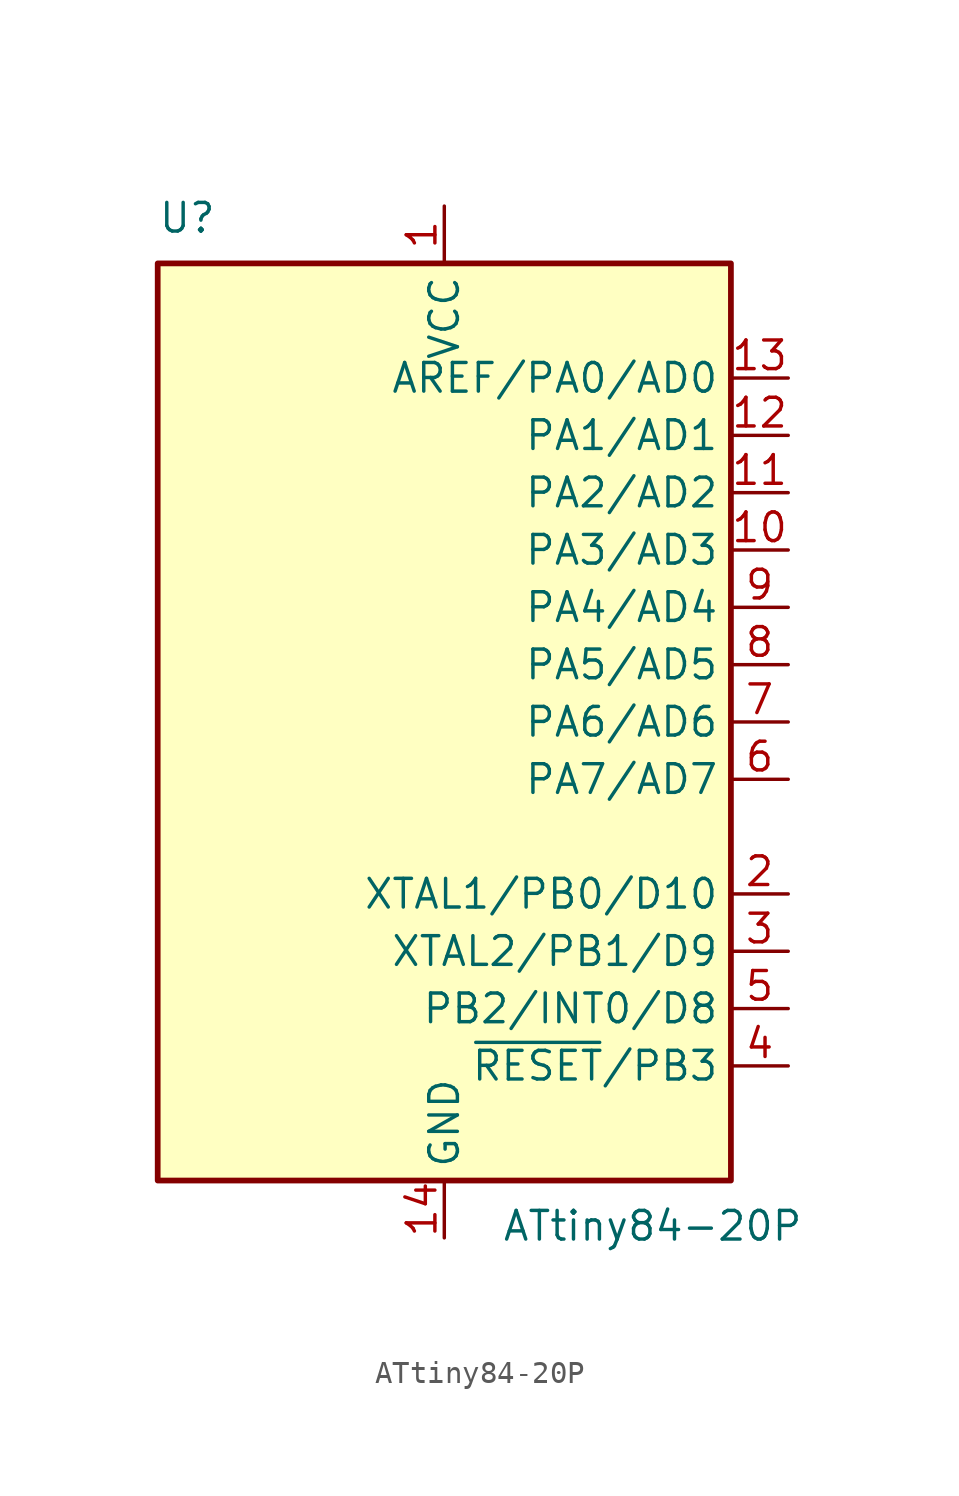
<source format=kicad_sym>
(kicad_symbol_lib
  (version 20241209)
  (generator "kicad_symbol_editor")
  (generator_version "9.0")
  (symbol "ATtiny84-20P"
    (property "Reference" "U"
      (at -12.7 21.59 0)
      (effects (font (size 1.27 1.27)) (justify left bottom)))
    (property "Value" "ATtiny84-20P"
      (at 2.54 -21.59 0)
      (effects (font (size 1.27 1.27)) (justify left top)))
    (symbol "ATtiny84-20P_0_1"
      (rectangle (start -12.7 20.32) (end 12.7 -20.32) (stroke (width 0.254) (type default)) (fill (type background))))
    (symbol "ATtiny84-20P_1_1"
      (pin power_in line (at 0 22.86 270) (length 2.54) (name "VCC" (effects (font (size 1.27 1.27)))) (number "1" (effects (font (size 1.27 1.27)))))
      (pin power_in line (at 0 -22.86 90) (length 2.54) (name "GND" (effects (font (size 1.27 1.27)))) (number "14" (effects (font (size 1.27 1.27)))))
      (pin bidirectional line (at 15.24 15.24 180) (length 2.54) (name "AREF/PA0/AD0" (effects (font (size 1.27 1.27)))) (number "13" (effects (font (size 1.27 1.27)))))
      (pin bidirectional line (at 15.24 12.7 180) (length 2.54) (name "PA1/AD1" (effects (font (size 1.27 1.27)))) (number "12" (effects (font (size 1.27 1.27)))))
      (pin bidirectional line (at 15.24 10.16 180) (length 2.54) (name "PA2/AD2" (effects (font (size 1.27 1.27)))) (number "11" (effects (font (size 1.27 1.27)))))
      (pin bidirectional line (at 15.24 7.62 180) (length 2.54) (name "PA3/AD3" (effects (font (size 1.27 1.27)))) (number "10" (effects (font (size 1.27 1.27)))))
      (pin bidirectional line (at 15.24 5.08 180) (length 2.54) (name "PA4/AD4" (effects (font (size 1.27 1.27)))) (number "9" (effects (font (size 1.27 1.27)))))
      (pin bidirectional line (at 15.24 2.54 180) (length 2.54) (name "PA5/AD5" (effects (font (size 1.27 1.27)))) (number "8" (effects (font (size 1.27 1.27)))))
      (pin bidirectional line (at 15.24 0 180) (length 2.54) (name "PA6/AD6" (effects (font (size 1.27 1.27)))) (number "7" (effects (font (size 1.27 1.27)))))
      (pin bidirectional line (at 15.24 -2.54 180) (length 2.54) (name "PA7/AD7" (effects (font (size 1.27 1.27)))) (number "6" (effects (font (size 1.27 1.27)))))
      (pin bidirectional line (at 15.24 -7.62 180) (length 2.54) (name "XTAL1/PB0/D10" (effects (font (size 1.27 1.27)))) (number "2" (effects (font (size 1.27 1.27)))))
      (pin bidirectional line (at 15.24 -10.16 180) (length 2.54) (name "XTAL2/PB1/D9" (effects (font (size 1.27 1.27)))) (number "3" (effects (font (size 1.27 1.27)))))
      (pin bidirectional line (at 15.24 -12.7 180) (length 2.54) (name "PB2/INT0/D8" (effects (font (size 1.27 1.27)))) (number "5" (effects (font (size 1.27 1.27)))))
      (pin bidirectional line (at 15.24 -15.24 180) (length 2.54) (name "~{RESET}/PB3" (effects (font (size 1.27 1.27)))) (number "4" (effects (font (size 1.27 1.27))))))))
</source>
